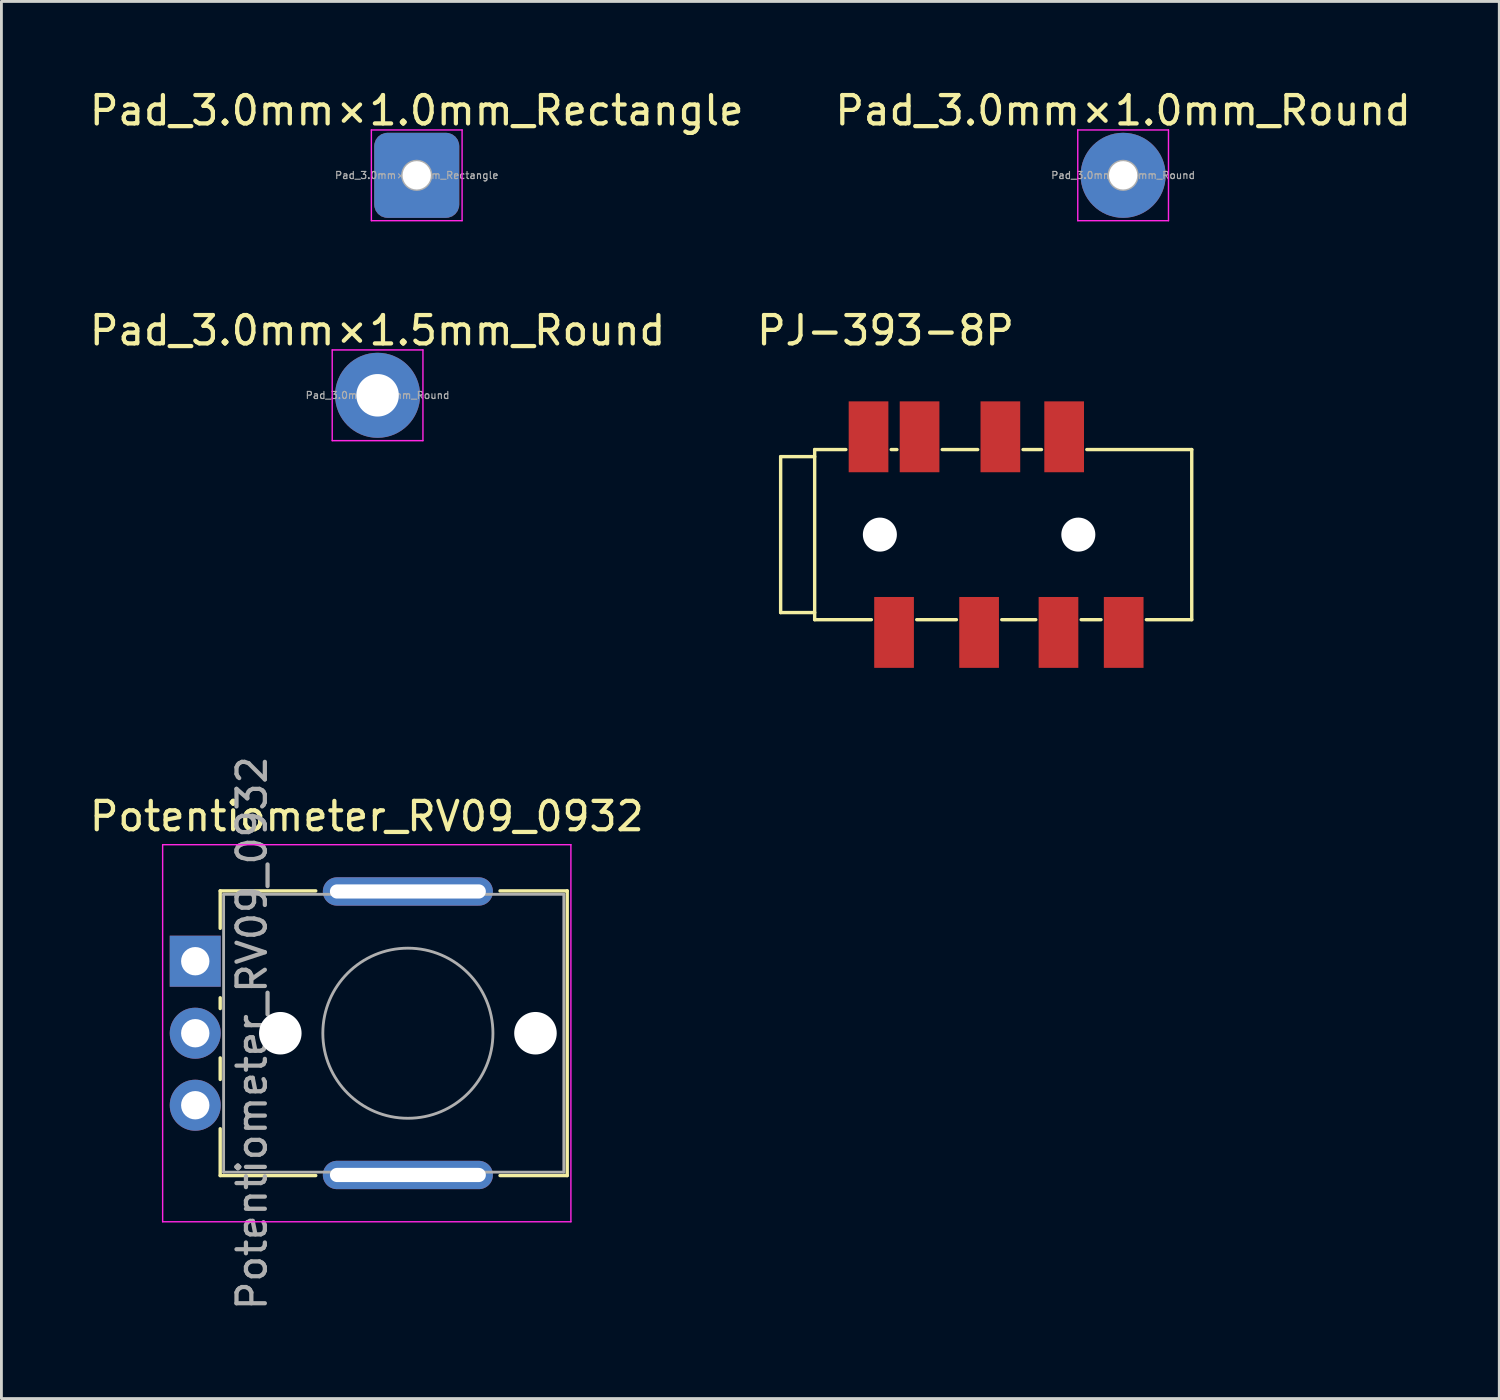
<source format=kicad_pcb>
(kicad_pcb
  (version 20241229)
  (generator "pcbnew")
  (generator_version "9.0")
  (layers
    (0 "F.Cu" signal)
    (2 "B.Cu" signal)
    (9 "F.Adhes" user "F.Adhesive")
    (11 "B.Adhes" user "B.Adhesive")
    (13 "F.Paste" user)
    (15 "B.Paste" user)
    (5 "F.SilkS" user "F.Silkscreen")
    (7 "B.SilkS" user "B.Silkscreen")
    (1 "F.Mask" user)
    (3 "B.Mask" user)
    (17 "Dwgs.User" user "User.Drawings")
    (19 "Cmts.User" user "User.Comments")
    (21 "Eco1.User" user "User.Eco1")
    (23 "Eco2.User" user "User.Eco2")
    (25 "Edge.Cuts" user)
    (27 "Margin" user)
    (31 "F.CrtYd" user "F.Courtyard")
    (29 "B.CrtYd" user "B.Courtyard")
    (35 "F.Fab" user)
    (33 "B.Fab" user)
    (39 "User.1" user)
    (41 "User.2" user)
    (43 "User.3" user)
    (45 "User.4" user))
  (footprint "PJ-393-8P"
    (layer "F.Cu")
    (at 24.485 15.807)
    (property "Reference" "PJ-393-8P" (at 3.7 -7.2 0) (layer "F.SilkS") (effects (font (size 1 1) (thickness 0.15))))
    (attr through_hole)
    (fp_line (start 0 -2.75) (end 0 2.75) (stroke (width 0.12) (type default)) (layer "F.SilkS"))
    (fp_line (start 0 2.75) (end 1.2 2.75) (stroke (width 0.12) (type default)) (layer "F.SilkS"))
    (fp_line (start 1.2 -3) (end 1.2 3) (stroke (width 0.12) (type default)) (layer "F.SilkS"))
    (fp_line (start 1.2 -3) (end 2.3 -3) (stroke (width 0.12) (type default)) (layer "F.SilkS"))
    (fp_line (start 1.2 -2.75) (end 0 -2.75) (stroke (width 0.12) (type default)) (layer "F.SilkS"))
    (fp_line (start 1.2 3) (end 3.2 3) (stroke (width 0.12) (type default)) (layer "F.SilkS"))
    (fp_line (start 3.9 -3) (end 4.1 -3) (stroke (width 0.12) (type default)) (layer "F.SilkS"))
    (fp_line (start 4.8 3) (end 6.2 3) (stroke (width 0.12) (type default)) (layer "F.SilkS"))
    (fp_line (start 5.7 -3) (end 6.95 -3) (stroke (width 0.12) (type default)) (layer "F.SilkS"))
    (fp_line (start 7.8 3) (end 9 3) (stroke (width 0.12) (type default)) (layer "F.SilkS"))
    (fp_line (start 8.55 -3) (end 9.2 -3) (stroke (width 0.12) (type default)) (layer "F.SilkS"))
    (fp_line (start 10.6 3) (end 11.3 3) (stroke (width 0.12) (type default)) (layer "F.SilkS"))
    (fp_line (start 10.8 -3) (end 14.5 -3) (stroke (width 0.12) (type default)) (layer "F.SilkS"))
    (fp_line (start 12.9 3) (end 14.5 3) (stroke (width 0.12) (type default)) (layer "F.SilkS"))
    (fp_line (start 14.5 -3) (end 14.5 3) (stroke (width 0.12) (type default)) (layer "F.SilkS"))
    (pad "" np_thru_hole circle (at 3.5 0) (size 1.2 1.2) (drill 1.2) (layers "*.Cu" "*.Mask"))
    (pad "" np_thru_hole circle (at 10.5 0) (size 1.2 1.2) (drill 1.2) (layers "*.Cu" "*.Mask"))
    (pad "1" smd rect (at 4 3.45 90) (size 2.5 1.4) (layers "F.Cu" "F.Mask" "F.Paste"))
    (pad "2" smd rect (at 7 3.45 90) (size 2.5 1.4) (layers "F.Cu" "F.Mask" "F.Paste"))
    (pad "3" smd rect (at 9.8 3.45 90) (size 2.5 1.4) (layers "F.Cu" "F.Mask" "F.Paste"))
    (pad "4" smd rect (at 12.1 3.45 90) (size 2.5 1.4) (layers "F.Cu" "F.Mask" "F.Paste"))
    (pad "5" smd rect (at 3.1 -3.45 90) (size 2.5 1.4) (layers "F.Cu" "F.Mask" "F.Paste"))
    (pad "6" smd rect (at 4.9 -3.45 90) (size 2.5 1.4) (layers "F.Cu" "F.Mask" "F.Paste"))
    (pad "7" smd rect (at 7.75 -3.45 90) (size 2.5 1.4) (layers "F.Cu" "F.Mask" "F.Paste"))
    (pad "8" smd rect (at 10 -3.45 90) (size 2.5 1.4) (layers "F.Cu" "F.Mask" "F.Paste")))
  (footprint "Pad_3.0mm×1.0mm_Round"
    (layer "F.Cu")
    (at 36.565 3.134)
    (property "Reference" "Pad_3.0mm×1.0mm_Round" (at 0 -2.286 0) (layer "F.SilkS") (effects (font (size 1 1) (thickness 0.15))))
    (attr exclude_from_pos_files exclude_from_bom)
    (fp_line (start -1.6 -1.6) (end -1.6 1.6) (stroke (width 0.05) (type solid)) (layer "F.CrtYd"))
    (fp_line (start -1.6 1.6) (end 1.6 1.6) (stroke (width 0.05) (type solid)) (layer "F.CrtYd"))
    (fp_line (start 1.6 -1.6) (end -1.6 -1.6) (stroke (width 0.05) (type solid)) (layer "F.CrtYd"))
    (fp_line (start 1.6 1.6) (end 1.6 -1.6) (stroke (width 0.05) (type solid)) (layer "F.CrtYd"))
    (fp_circle (center 0 0) (end 0.5 0) (stroke (width 0.1) (type solid)) (fill no) (layer "F.Fab"))
    (fp_text user "${REFERENCE}" (at 0 0 0) (layer "F.Fab") (effects (font (size 0.25 0.25) (thickness 0.04))))
    (pad "1" thru_hole circle (at 0 0) (size 3 3) (drill 1) (layers "*.Cu" "*.Mask")))
  (footprint "Potentiometer_RV09_0932"
    (layer "F.Cu")
    (at 11.337 33.394)
    (property "Reference" "Potentiometer_RV09_0932" (at -1.45 -7.65 0) (layer "F.SilkS") (effects (font (size 1 1) (thickness 0.15))))
    (attr through_hole)
    (fp_line (start -6.62 -5.021) (end -6.62 -3.7) (stroke (width 0.12) (type solid)) (layer "F.SilkS"))
    (fp_line (start -6.62 -5.021) (end -3.25 -5.021) (stroke (width 0.12) (type solid)) (layer "F.SilkS"))
    (fp_line (start -6.62 -1.25) (end -6.62 -0.87) (stroke (width 0.12) (type solid)) (layer "F.SilkS"))
    (fp_line (start -6.62 0.871) (end -6.62 1.63) (stroke (width 0.12) (type solid)) (layer "F.SilkS"))
    (fp_line (start -6.62 3.37) (end -6.62 5.02) (stroke (width 0.12) (type solid)) (layer "F.SilkS"))
    (fp_line (start -6.62 5.02) (end -3.25 5.02) (stroke (width 0.12) (type solid)) (layer "F.SilkS"))
    (fp_line (start 3.25 -5.021) (end 5.62 -5.021) (stroke (width 0.12) (type solid)) (layer "F.SilkS"))
    (fp_line (start 3.25 5.02) (end 5.62 5.02) (stroke (width 0.12) (type solid)) (layer "F.SilkS"))
    (fp_line (start 5.62 -5.021) (end 5.62 5.02) (stroke (width 0.12) (type solid)) (layer "F.SilkS"))
    (fp_line (start -8.65 -6.65) (end -8.65 6.65) (stroke (width 0.05) (type solid)) (layer "F.CrtYd"))
    (fp_line (start -8.65 6.65) (end 5.75 6.65) (stroke (width 0.05) (type solid)) (layer "F.CrtYd"))
    (fp_line (start 5.75 -6.65) (end -8.65 -6.65) (stroke (width 0.05) (type solid)) (layer "F.CrtYd"))
    (fp_line (start 5.75 6.65) (end 5.75 -6.65) (stroke (width 0.05) (type solid)) (layer "F.CrtYd"))
    (fp_line (start -6.5 -4.9) (end -6.5 4.9) (stroke (width 0.1) (type solid)) (layer "F.Fab"))
    (fp_line (start -6.5 4.9) (end 5.5 4.9) (stroke (width 0.1) (type solid)) (layer "F.Fab"))
    (fp_line (start 5.5 -4.9) (end -6.5 -4.9) (stroke (width 0.1) (type solid)) (layer "F.Fab"))
    (fp_line (start 5.5 4.9) (end 5.5 -4.9) (stroke (width 0.1) (type solid)) (layer "F.Fab"))
    (fp_circle (center 0 0) (end 3 0) (stroke (width 0.1) (type solid)) (fill no) (layer "F.Fab"))
    (fp_text user "${REFERENCE}" (at -5.5 0 90) (layer "F.Fab") (effects (font (size 1 1) (thickness 0.15))))
    (pad "" np_thru_hole circle (at -4.5 0) (size 1.5 1.5) (drill 1.5) (layers "*.Cu" "*.Mask"))
    (pad "" np_thru_hole circle (at 4.5 0) (size 1.5 1.5) (drill 1.5) (layers "*.Cu" "*.Mask"))
    (pad "1" thru_hole rect (at -7.5 -2.54) (size 1.8 1.8) (drill 1) (layers "*.Cu" "*.Mask"))
    (pad "2" thru_hole circle (at -7.5 0) (size 1.8 1.8) (drill 1) (layers "*.Cu" "*.Mask"))
    (pad "3" thru_hole circle (at -7.5 2.54) (size 1.8 1.8) (drill 1) (layers "*.Cu" "*.Mask"))
    (pad "MP" thru_hole oval (at 0 -5) (size 6 1) (drill oval 5.5 0.5) (layers "*.Cu" "*.Mask"))
    (pad "MP" thru_hole oval (at 0 5) (size 6 1) (drill oval 5.5 0.5) (layers "*.Cu" "*.Mask")))
  (footprint "Pad_3.0mm×1.0mm_Rectangle"
    (layer "F.Cu")
    (at 11.649 3.134)
    (property "Reference" "Pad_3.0mm×1.0mm_Rectangle" (at 0 -2.286 0) (layer "F.SilkS") (effects (font (size 1 1) (thickness 0.15))))
    (attr exclude_from_pos_files exclude_from_bom)
    (fp_line (start -1.6 -1.6) (end -1.6 1.6) (stroke (width 0.05) (type solid)) (layer "F.CrtYd"))
    (fp_line (start -1.6 1.6) (end 1.6 1.6) (stroke (width 0.05) (type solid)) (layer "F.CrtYd"))
    (fp_line (start 1.6 -1.6) (end -1.6 -1.6) (stroke (width 0.05) (type solid)) (layer "F.CrtYd"))
    (fp_line (start 1.6 1.6) (end 1.6 -1.6) (stroke (width 0.05) (type solid)) (layer "F.CrtYd"))
    (fp_circle (center 0 0) (end 0.5 0) (stroke (width 0.1) (type solid)) (fill no) (layer "F.Fab"))
    (fp_text user "${REFERENCE}" (at 0 0 0) (layer "F.Fab") (effects (font (size 0.25 0.25) (thickness 0.04))))
    (pad "1" thru_hole roundrect (at 0 0) (size 3 3) (drill 1) (layers "*.Cu" "*.Mask") (roundrect_rratio 0.156)))
  (footprint "Pad_3.0mm×1.5mm_Round"
    (layer "F.Cu")
    (at 10.268 10.893)
    (property "Reference" "Pad_3.0mm×1.5mm_Round" (at 0 -2.286 0) (layer "F.SilkS") (effects (font (size 1 1) (thickness 0.15))))
    (attr exclude_from_pos_files exclude_from_bom)
    (fp_line (start -1.6 -1.6) (end -1.6 1.6) (stroke (width 0.05) (type solid)) (layer "F.CrtYd"))
    (fp_line (start -1.6 1.6) (end 1.6 1.6) (stroke (width 0.05) (type solid)) (layer "F.CrtYd"))
    (fp_line (start 1.6 -1.6) (end -1.6 -1.6) (stroke (width 0.05) (type solid)) (layer "F.CrtYd"))
    (fp_line (start 1.6 1.6) (end 1.6 -1.6) (stroke (width 0.05) (type solid)) (layer "F.CrtYd"))
    (fp_circle (center 0 0) (end 0.5 0) (stroke (width 0.1) (type solid)) (fill no) (layer "F.Fab"))
    (fp_text user "${REFERENCE}" (at 0 0 0) (layer "F.Fab") (effects (font (size 0.25 0.25) (thickness 0.04))))
    (pad "1" thru_hole circle (at 0 0) (size 3 3) (drill 1.5) (layers "*.Cu" "*.Mask")))
  (gr_rect
    (start -3 -3)
    (end 49.833 46.281)
    (stroke (width 0.1) (type default))
    (fill no)
    (layer "Edge.Cuts")))
</source>
